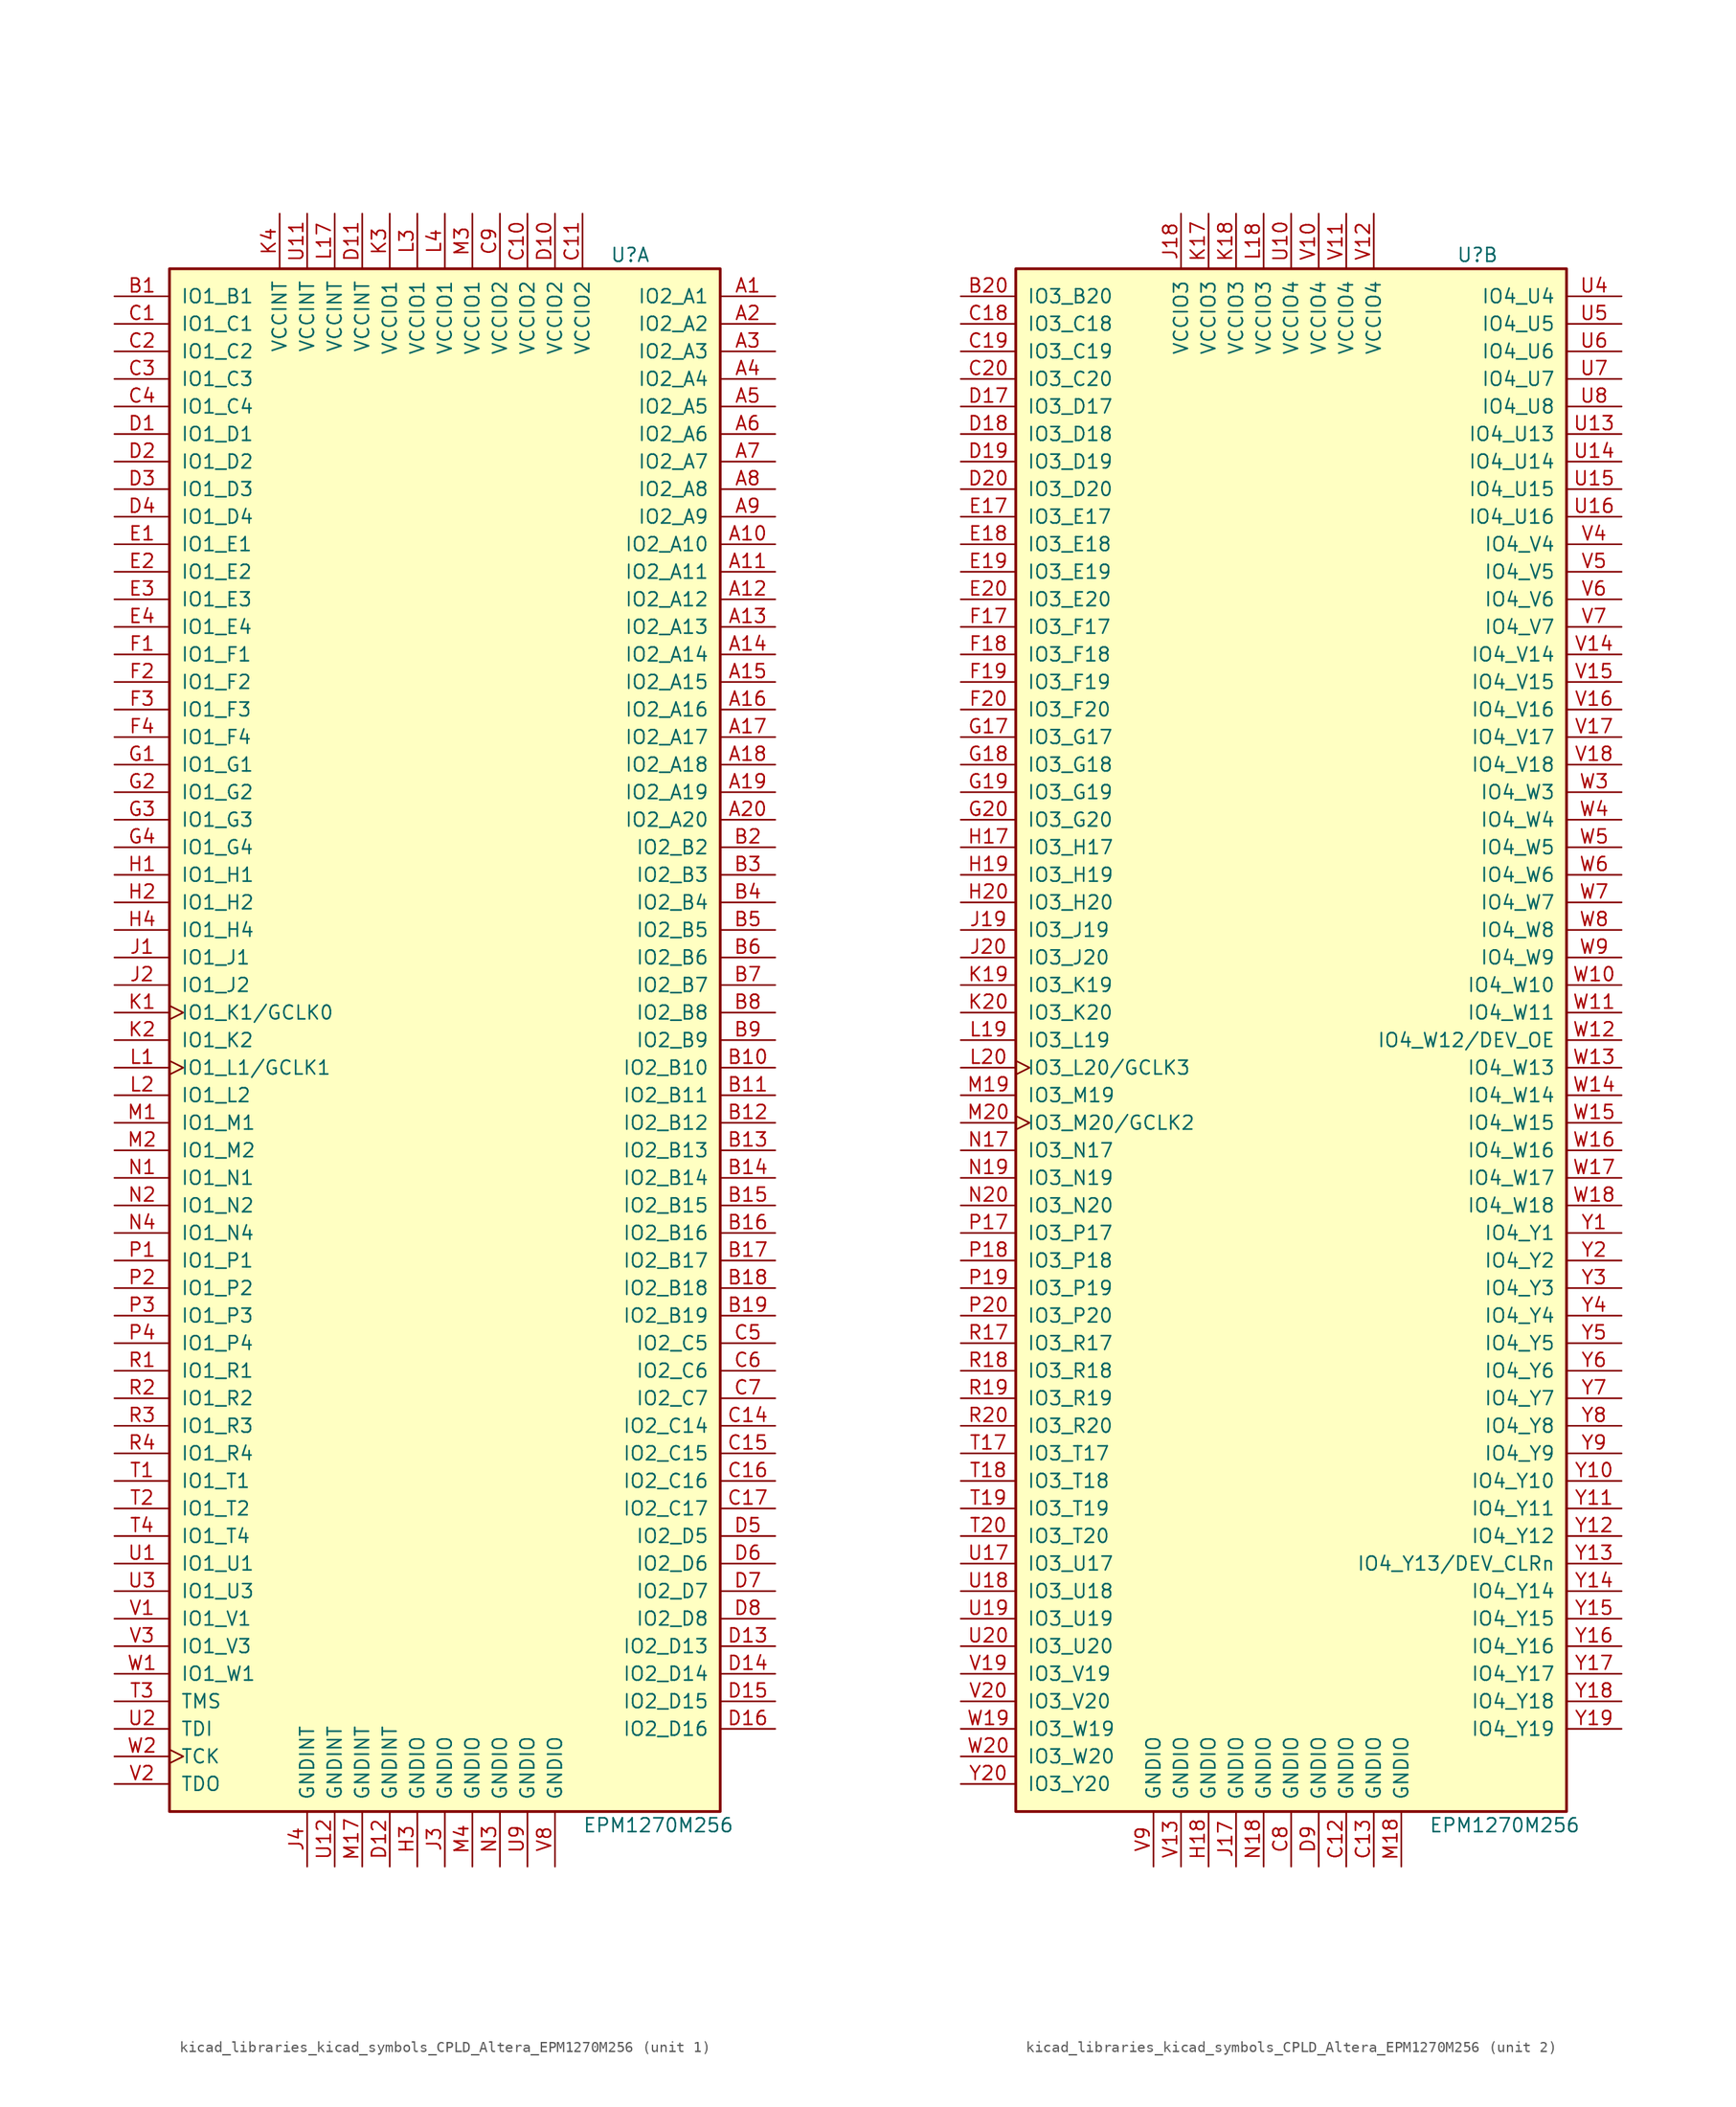
<source format=kicad_sym>
(kicad_symbol_lib
  (version 20220914)
  (generator kicad_symbol_editor)
  (symbol "kicad_libraries_kicad_symbols_CPLD_Altera_EPM1270M256"
    (pin_names
      (offset 1.016))
    (property "Reference" "U"
      (at 15.24 72.39 0)
      (effects (font (size 1.27 1.27)) (justify left)))
    (property "Value" "EPM1270M256"
      (at 12.7 -72.39 0)
      (effects (font (size 1.27 1.27)) (justify left)))
    (property "ki_locked" ""
      (at 0 0 0)
      (effects (font (size 1.27 1.27))))
    (symbol "kicad_libraries_kicad_symbols_CPLD_Altera_EPM1270M256_1_1"
      (rectangle (start -25.4 71.12) (end 25.4 -71.12) (stroke (width 0.254) (type default)) (fill (type background)))
      (pin bidirectional line (at 30.48 68.58 180) (length 5.08) (name "IO2_A1" (effects (font (size 1.27 1.27)))) (number "A1" (effects (font (size 1.27 1.27)))))
      (pin bidirectional line (at 30.48 45.72 180) (length 5.08) (name "IO2_A10" (effects (font (size 1.27 1.27)))) (number "A10" (effects (font (size 1.27 1.27)))))
      (pin bidirectional line (at 30.48 43.18 180) (length 5.08) (name "IO2_A11" (effects (font (size 1.27 1.27)))) (number "A11" (effects (font (size 1.27 1.27)))))
      (pin bidirectional line (at 30.48 40.64 180) (length 5.08) (name "IO2_A12" (effects (font (size 1.27 1.27)))) (number "A12" (effects (font (size 1.27 1.27)))))
      (pin bidirectional line (at 30.48 38.1 180) (length 5.08) (name "IO2_A13" (effects (font (size 1.27 1.27)))) (number "A13" (effects (font (size 1.27 1.27)))))
      (pin bidirectional line (at 30.48 35.56 180) (length 5.08) (name "IO2_A14" (effects (font (size 1.27 1.27)))) (number "A14" (effects (font (size 1.27 1.27)))))
      (pin bidirectional line (at 30.48 33.02 180) (length 5.08) (name "IO2_A15" (effects (font (size 1.27 1.27)))) (number "A15" (effects (font (size 1.27 1.27)))))
      (pin bidirectional line (at 30.48 30.48 180) (length 5.08) (name "IO2_A16" (effects (font (size 1.27 1.27)))) (number "A16" (effects (font (size 1.27 1.27)))))
      (pin bidirectional line (at 30.48 27.94 180) (length 5.08) (name "IO2_A17" (effects (font (size 1.27 1.27)))) (number "A17" (effects (font (size 1.27 1.27)))))
      (pin bidirectional line (at 30.48 25.4 180) (length 5.08) (name "IO2_A18" (effects (font (size 1.27 1.27)))) (number "A18" (effects (font (size 1.27 1.27)))))
      (pin bidirectional line (at 30.48 22.86 180) (length 5.08) (name "IO2_A19" (effects (font (size 1.27 1.27)))) (number "A19" (effects (font (size 1.27 1.27)))))
      (pin bidirectional line (at 30.48 66.04 180) (length 5.08) (name "IO2_A2" (effects (font (size 1.27 1.27)))) (number "A2" (effects (font (size 1.27 1.27)))))
      (pin bidirectional line (at 30.48 20.32 180) (length 5.08) (name "IO2_A20" (effects (font (size 1.27 1.27)))) (number "A20" (effects (font (size 1.27 1.27)))))
      (pin bidirectional line (at 30.48 63.5 180) (length 5.08) (name "IO2_A3" (effects (font (size 1.27 1.27)))) (number "A3" (effects (font (size 1.27 1.27)))))
      (pin bidirectional line (at 30.48 60.96 180) (length 5.08) (name "IO2_A4" (effects (font (size 1.27 1.27)))) (number "A4" (effects (font (size 1.27 1.27)))))
      (pin bidirectional line (at 30.48 58.42 180) (length 5.08) (name "IO2_A5" (effects (font (size 1.27 1.27)))) (number "A5" (effects (font (size 1.27 1.27)))))
      (pin bidirectional line (at 30.48 55.88 180) (length 5.08) (name "IO2_A6" (effects (font (size 1.27 1.27)))) (number "A6" (effects (font (size 1.27 1.27)))))
      (pin bidirectional line (at 30.48 53.34 180) (length 5.08) (name "IO2_A7" (effects (font (size 1.27 1.27)))) (number "A7" (effects (font (size 1.27 1.27)))))
      (pin bidirectional line (at 30.48 50.8 180) (length 5.08) (name "IO2_A8" (effects (font (size 1.27 1.27)))) (number "A8" (effects (font (size 1.27 1.27)))))
      (pin bidirectional line (at 30.48 48.26 180) (length 5.08) (name "IO2_A9" (effects (font (size 1.27 1.27)))) (number "A9" (effects (font (size 1.27 1.27)))))
      (pin bidirectional line (at -30.48 68.58 0) (length 5.08) (name "IO1_B1" (effects (font (size 1.27 1.27)))) (number "B1" (effects (font (size 1.27 1.27)))))
      (pin bidirectional line (at 30.48 -2.54 180) (length 5.08) (name "IO2_B10" (effects (font (size 1.27 1.27)))) (number "B10" (effects (font (size 1.27 1.27)))))
      (pin bidirectional line (at 30.48 -5.08 180) (length 5.08) (name "IO2_B11" (effects (font (size 1.27 1.27)))) (number "B11" (effects (font (size 1.27 1.27)))))
      (pin bidirectional line (at 30.48 -7.62 180) (length 5.08) (name "IO2_B12" (effects (font (size 1.27 1.27)))) (number "B12" (effects (font (size 1.27 1.27)))))
      (pin bidirectional line (at 30.48 -10.16 180) (length 5.08) (name "IO2_B13" (effects (font (size 1.27 1.27)))) (number "B13" (effects (font (size 1.27 1.27)))))
      (pin bidirectional line (at 30.48 -12.7 180) (length 5.08) (name "IO2_B14" (effects (font (size 1.27 1.27)))) (number "B14" (effects (font (size 1.27 1.27)))))
      (pin bidirectional line (at 30.48 -15.24 180) (length 5.08) (name "IO2_B15" (effects (font (size 1.27 1.27)))) (number "B15" (effects (font (size 1.27 1.27)))))
      (pin bidirectional line (at 30.48 -17.78 180) (length 5.08) (name "IO2_B16" (effects (font (size 1.27 1.27)))) (number "B16" (effects (font (size 1.27 1.27)))))
      (pin bidirectional line (at 30.48 -20.32 180) (length 5.08) (name "IO2_B17" (effects (font (size 1.27 1.27)))) (number "B17" (effects (font (size 1.27 1.27)))))
      (pin bidirectional line (at 30.48 -22.86 180) (length 5.08) (name "IO2_B18" (effects (font (size 1.27 1.27)))) (number "B18" (effects (font (size 1.27 1.27)))))
      (pin bidirectional line (at 30.48 -25.4 180) (length 5.08) (name "IO2_B19" (effects (font (size 1.27 1.27)))) (number "B19" (effects (font (size 1.27 1.27)))))
      (pin bidirectional line (at 30.48 17.78 180) (length 5.08) (name "IO2_B2" (effects (font (size 1.27 1.27)))) (number "B2" (effects (font (size 1.27 1.27)))))
      (pin bidirectional line (at 30.48 15.24 180) (length 5.08) (name "IO2_B3" (effects (font (size 1.27 1.27)))) (number "B3" (effects (font (size 1.27 1.27)))))
      (pin bidirectional line (at 30.48 12.7 180) (length 5.08) (name "IO2_B4" (effects (font (size 1.27 1.27)))) (number "B4" (effects (font (size 1.27 1.27)))))
      (pin bidirectional line (at 30.48 10.16 180) (length 5.08) (name "IO2_B5" (effects (font (size 1.27 1.27)))) (number "B5" (effects (font (size 1.27 1.27)))))
      (pin bidirectional line (at 30.48 7.62 180) (length 5.08) (name "IO2_B6" (effects (font (size 1.27 1.27)))) (number "B6" (effects (font (size 1.27 1.27)))))
      (pin bidirectional line (at 30.48 5.08 180) (length 5.08) (name "IO2_B7" (effects (font (size 1.27 1.27)))) (number "B7" (effects (font (size 1.27 1.27)))))
      (pin bidirectional line (at 30.48 2.54 180) (length 5.08) (name "IO2_B8" (effects (font (size 1.27 1.27)))) (number "B8" (effects (font (size 1.27 1.27)))))
      (pin bidirectional line (at 30.48 0 180) (length 5.08) (name "IO2_B9" (effects (font (size 1.27 1.27)))) (number "B9" (effects (font (size 1.27 1.27)))))
      (pin bidirectional line (at -30.48 66.04 0) (length 5.08) (name "IO1_C1" (effects (font (size 1.27 1.27)))) (number "C1" (effects (font (size 1.27 1.27)))))
      (pin power_in line (at 7.62 76.2 270) (length 5.08) (name "VCCIO2" (effects (font (size 1.27 1.27)))) (number "C10" (effects (font (size 1.27 1.27)))))
      (pin power_in line (at 12.7 76.2 270) (length 5.08) (name "VCCIO2" (effects (font (size 1.27 1.27)))) (number "C11" (effects (font (size 1.27 1.27)))))
      (pin bidirectional line (at 30.48 -35.56 180) (length 5.08) (name "IO2_C14" (effects (font (size 1.27 1.27)))) (number "C14" (effects (font (size 1.27 1.27)))))
      (pin bidirectional line (at 30.48 -38.1 180) (length 5.08) (name "IO2_C15" (effects (font (size 1.27 1.27)))) (number "C15" (effects (font (size 1.27 1.27)))))
      (pin bidirectional line (at 30.48 -40.64 180) (length 5.08) (name "IO2_C16" (effects (font (size 1.27 1.27)))) (number "C16" (effects (font (size 1.27 1.27)))))
      (pin bidirectional line (at 30.48 -43.18 180) (length 5.08) (name "IO2_C17" (effects (font (size 1.27 1.27)))) (number "C17" (effects (font (size 1.27 1.27)))))
      (pin bidirectional line (at -30.48 63.5 0) (length 5.08) (name "IO1_C2" (effects (font (size 1.27 1.27)))) (number "C2" (effects (font (size 1.27 1.27)))))
      (pin bidirectional line (at -30.48 60.96 0) (length 5.08) (name "IO1_C3" (effects (font (size 1.27 1.27)))) (number "C3" (effects (font (size 1.27 1.27)))))
      (pin bidirectional line (at -30.48 58.42 0) (length 5.08) (name "IO1_C4" (effects (font (size 1.27 1.27)))) (number "C4" (effects (font (size 1.27 1.27)))))
      (pin bidirectional line (at 30.48 -27.94 180) (length 5.08) (name "IO2_C5" (effects (font (size 1.27 1.27)))) (number "C5" (effects (font (size 1.27 1.27)))))
      (pin bidirectional line (at 30.48 -30.48 180) (length 5.08) (name "IO2_C6" (effects (font (size 1.27 1.27)))) (number "C6" (effects (font (size 1.27 1.27)))))
      (pin bidirectional line (at 30.48 -33.02 180) (length 5.08) (name "IO2_C7" (effects (font (size 1.27 1.27)))) (number "C7" (effects (font (size 1.27 1.27)))))
      (pin power_in line (at 5.08 76.2 270) (length 5.08) (name "VCCIO2" (effects (font (size 1.27 1.27)))) (number "C9" (effects (font (size 1.27 1.27)))))
      (pin bidirectional line (at -30.48 55.88 0) (length 5.08) (name "IO1_D1" (effects (font (size 1.27 1.27)))) (number "D1" (effects (font (size 1.27 1.27)))))
      (pin power_in line (at 10.16 76.2 270) (length 5.08) (name "VCCIO2" (effects (font (size 1.27 1.27)))) (number "D10" (effects (font (size 1.27 1.27)))))
      (pin power_in line (at -7.62 76.2 270) (length 5.08) (name "VCCINT" (effects (font (size 1.27 1.27)))) (number "D11" (effects (font (size 1.27 1.27)))))
      (pin power_in line (at -5.08 -76.2 90) (length 5.08) (name "GNDINT" (effects (font (size 1.27 1.27)))) (number "D12" (effects (font (size 1.27 1.27)))))
      (pin bidirectional line (at 30.48 -55.88 180) (length 5.08) (name "IO2_D13" (effects (font (size 1.27 1.27)))) (number "D13" (effects (font (size 1.27 1.27)))))
      (pin bidirectional line (at 30.48 -58.42 180) (length 5.08) (name "IO2_D14" (effects (font (size 1.27 1.27)))) (number "D14" (effects (font (size 1.27 1.27)))))
      (pin bidirectional line (at 30.48 -60.96 180) (length 5.08) (name "IO2_D15" (effects (font (size 1.27 1.27)))) (number "D15" (effects (font (size 1.27 1.27)))))
      (pin bidirectional line (at 30.48 -63.5 180) (length 5.08) (name "IO2_D16" (effects (font (size 1.27 1.27)))) (number "D16" (effects (font (size 1.27 1.27)))))
      (pin bidirectional line (at -30.48 53.34 0) (length 5.08) (name "IO1_D2" (effects (font (size 1.27 1.27)))) (number "D2" (effects (font (size 1.27 1.27)))))
      (pin bidirectional line (at -30.48 50.8 0) (length 5.08) (name "IO1_D3" (effects (font (size 1.27 1.27)))) (number "D3" (effects (font (size 1.27 1.27)))))
      (pin bidirectional line (at -30.48 48.26 0) (length 5.08) (name "IO1_D4" (effects (font (size 1.27 1.27)))) (number "D4" (effects (font (size 1.27 1.27)))))
      (pin bidirectional line (at 30.48 -45.72 180) (length 5.08) (name "IO2_D5" (effects (font (size 1.27 1.27)))) (number "D5" (effects (font (size 1.27 1.27)))))
      (pin bidirectional line (at 30.48 -48.26 180) (length 5.08) (name "IO2_D6" (effects (font (size 1.27 1.27)))) (number "D6" (effects (font (size 1.27 1.27)))))
      (pin bidirectional line (at 30.48 -50.8 180) (length 5.08) (name "IO2_D7" (effects (font (size 1.27 1.27)))) (number "D7" (effects (font (size 1.27 1.27)))))
      (pin bidirectional line (at 30.48 -53.34 180) (length 5.08) (name "IO2_D8" (effects (font (size 1.27 1.27)))) (number "D8" (effects (font (size 1.27 1.27)))))
      (pin bidirectional line (at -30.48 45.72 0) (length 5.08) (name "IO1_E1" (effects (font (size 1.27 1.27)))) (number "E1" (effects (font (size 1.27 1.27)))))
      (pin bidirectional line (at -30.48 43.18 0) (length 5.08) (name "IO1_E2" (effects (font (size 1.27 1.27)))) (number "E2" (effects (font (size 1.27 1.27)))))
      (pin bidirectional line (at -30.48 40.64 0) (length 5.08) (name "IO1_E3" (effects (font (size 1.27 1.27)))) (number "E3" (effects (font (size 1.27 1.27)))))
      (pin bidirectional line (at -30.48 38.1 0) (length 5.08) (name "IO1_E4" (effects (font (size 1.27 1.27)))) (number "E4" (effects (font (size 1.27 1.27)))))
      (pin bidirectional line (at -30.48 35.56 0) (length 5.08) (name "IO1_F1" (effects (font (size 1.27 1.27)))) (number "F1" (effects (font (size 1.27 1.27)))))
      (pin bidirectional line (at -30.48 33.02 0) (length 5.08) (name "IO1_F2" (effects (font (size 1.27 1.27)))) (number "F2" (effects (font (size 1.27 1.27)))))
      (pin bidirectional line (at -30.48 30.48 0) (length 5.08) (name "IO1_F3" (effects (font (size 1.27 1.27)))) (number "F3" (effects (font (size 1.27 1.27)))))
      (pin bidirectional line (at -30.48 27.94 0) (length 5.08) (name "IO1_F4" (effects (font (size 1.27 1.27)))) (number "F4" (effects (font (size 1.27 1.27)))))
      (pin bidirectional line (at -30.48 25.4 0) (length 5.08) (name "IO1_G1" (effects (font (size 1.27 1.27)))) (number "G1" (effects (font (size 1.27 1.27)))))
      (pin bidirectional line (at -30.48 22.86 0) (length 5.08) (name "IO1_G2" (effects (font (size 1.27 1.27)))) (number "G2" (effects (font (size 1.27 1.27)))))
      (pin bidirectional line (at -30.48 20.32 0) (length 5.08) (name "IO1_G3" (effects (font (size 1.27 1.27)))) (number "G3" (effects (font (size 1.27 1.27)))))
      (pin bidirectional line (at -30.48 17.78 0) (length 5.08) (name "IO1_G4" (effects (font (size 1.27 1.27)))) (number "G4" (effects (font (size 1.27 1.27)))))
      (pin bidirectional line (at -30.48 15.24 0) (length 5.08) (name "IO1_H1" (effects (font (size 1.27 1.27)))) (number "H1" (effects (font (size 1.27 1.27)))))
      (pin bidirectional line (at -30.48 12.7 0) (length 5.08) (name "IO1_H2" (effects (font (size 1.27 1.27)))) (number "H2" (effects (font (size 1.27 1.27)))))
      (pin power_in line (at -2.54 -76.2 90) (length 5.08) (name "GNDIO" (effects (font (size 1.27 1.27)))) (number "H3" (effects (font (size 1.27 1.27)))))
      (pin bidirectional line (at -30.48 10.16 0) (length 5.08) (name "IO1_H4" (effects (font (size 1.27 1.27)))) (number "H4" (effects (font (size 1.27 1.27)))))
      (pin bidirectional line (at -30.48 7.62 0) (length 5.08) (name "IO1_J1" (effects (font (size 1.27 1.27)))) (number "J1" (effects (font (size 1.27 1.27)))))
      (pin bidirectional line (at -30.48 5.08 0) (length 5.08) (name "IO1_J2" (effects (font (size 1.27 1.27)))) (number "J2" (effects (font (size 1.27 1.27)))))
      (pin power_in line (at 0 -76.2 90) (length 5.08) (name "GNDIO" (effects (font (size 1.27 1.27)))) (number "J3" (effects (font (size 1.27 1.27)))))
      (pin power_in line (at -12.7 -76.2 90) (length 5.08) (name "GNDINT" (effects (font (size 1.27 1.27)))) (number "J4" (effects (font (size 1.27 1.27)))))
      (pin bidirectional clock (at -30.48 2.54 0) (length 5.08) (name "IO1_K1/GCLK0" (effects (font (size 1.27 1.27)))) (number "K1" (effects (font (size 1.27 1.27)))))
      (pin bidirectional line (at -30.48 0 0) (length 5.08) (name "IO1_K2" (effects (font (size 1.27 1.27)))) (number "K2" (effects (font (size 1.27 1.27)))))
      (pin power_in line (at -5.08 76.2 270) (length 5.08) (name "VCCIO1" (effects (font (size 1.27 1.27)))) (number "K3" (effects (font (size 1.27 1.27)))))
      (pin power_in line (at -15.24 76.2 270) (length 5.08) (name "VCCINT" (effects (font (size 1.27 1.27)))) (number "K4" (effects (font (size 1.27 1.27)))))
      (pin bidirectional clock (at -30.48 -2.54 0) (length 5.08) (name "IO1_L1/GCLK1" (effects (font (size 1.27 1.27)))) (number "L1" (effects (font (size 1.27 1.27)))))
      (pin power_in line (at -10.16 76.2 270) (length 5.08) (name "VCCINT" (effects (font (size 1.27 1.27)))) (number "L17" (effects (font (size 1.27 1.27)))))
      (pin bidirectional line (at -30.48 -5.08 0) (length 5.08) (name "IO1_L2" (effects (font (size 1.27 1.27)))) (number "L2" (effects (font (size 1.27 1.27)))))
      (pin power_in line (at -2.54 76.2 270) (length 5.08) (name "VCCIO1" (effects (font (size 1.27 1.27)))) (number "L3" (effects (font (size 1.27 1.27)))))
      (pin power_in line (at 0 76.2 270) (length 5.08) (name "VCCIO1" (effects (font (size 1.27 1.27)))) (number "L4" (effects (font (size 1.27 1.27)))))
      (pin bidirectional line (at -30.48 -7.62 0) (length 5.08) (name "IO1_M1" (effects (font (size 1.27 1.27)))) (number "M1" (effects (font (size 1.27 1.27)))))
      (pin power_in line (at -7.62 -76.2 90) (length 5.08) (name "GNDINT" (effects (font (size 1.27 1.27)))) (number "M17" (effects (font (size 1.27 1.27)))))
      (pin bidirectional line (at -30.48 -10.16 0) (length 5.08) (name "IO1_M2" (effects (font (size 1.27 1.27)))) (number "M2" (effects (font (size 1.27 1.27)))))
      (pin power_in line (at 2.54 76.2 270) (length 5.08) (name "VCCIO1" (effects (font (size 1.27 1.27)))) (number "M3" (effects (font (size 1.27 1.27)))))
      (pin power_in line (at 2.54 -76.2 90) (length 5.08) (name "GNDIO" (effects (font (size 1.27 1.27)))) (number "M4" (effects (font (size 1.27 1.27)))))
      (pin bidirectional line (at -30.48 -12.7 0) (length 5.08) (name "IO1_N1" (effects (font (size 1.27 1.27)))) (number "N1" (effects (font (size 1.27 1.27)))))
      (pin bidirectional line (at -30.48 -15.24 0) (length 5.08) (name "IO1_N2" (effects (font (size 1.27 1.27)))) (number "N2" (effects (font (size 1.27 1.27)))))
      (pin power_in line (at 5.08 -76.2 90) (length 5.08) (name "GNDIO" (effects (font (size 1.27 1.27)))) (number "N3" (effects (font (size 1.27 1.27)))))
      (pin bidirectional line (at -30.48 -17.78 0) (length 5.08) (name "IO1_N4" (effects (font (size 1.27 1.27)))) (number "N4" (effects (font (size 1.27 1.27)))))
      (pin bidirectional line (at -30.48 -20.32 0) (length 5.08) (name "IO1_P1" (effects (font (size 1.27 1.27)))) (number "P1" (effects (font (size 1.27 1.27)))))
      (pin bidirectional line (at -30.48 -22.86 0) (length 5.08) (name "IO1_P2" (effects (font (size 1.27 1.27)))) (number "P2" (effects (font (size 1.27 1.27)))))
      (pin bidirectional line (at -30.48 -25.4 0) (length 5.08) (name "IO1_P3" (effects (font (size 1.27 1.27)))) (number "P3" (effects (font (size 1.27 1.27)))))
      (pin bidirectional line (at -30.48 -27.94 0) (length 5.08) (name "IO1_P4" (effects (font (size 1.27 1.27)))) (number "P4" (effects (font (size 1.27 1.27)))))
      (pin bidirectional line (at -30.48 -30.48 0) (length 5.08) (name "IO1_R1" (effects (font (size 1.27 1.27)))) (number "R1" (effects (font (size 1.27 1.27)))))
      (pin bidirectional line (at -30.48 -33.02 0) (length 5.08) (name "IO1_R2" (effects (font (size 1.27 1.27)))) (number "R2" (effects (font (size 1.27 1.27)))))
      (pin bidirectional line (at -30.48 -35.56 0) (length 5.08) (name "IO1_R3" (effects (font (size 1.27 1.27)))) (number "R3" (effects (font (size 1.27 1.27)))))
      (pin bidirectional line (at -30.48 -38.1 0) (length 5.08) (name "IO1_R4" (effects (font (size 1.27 1.27)))) (number "R4" (effects (font (size 1.27 1.27)))))
      (pin bidirectional line (at -30.48 -40.64 0) (length 5.08) (name "IO1_T1" (effects (font (size 1.27 1.27)))) (number "T1" (effects (font (size 1.27 1.27)))))
      (pin bidirectional line (at -30.48 -43.18 0) (length 5.08) (name "IO1_T2" (effects (font (size 1.27 1.27)))) (number "T2" (effects (font (size 1.27 1.27)))))
      (pin input line (at -30.48 -60.96 0) (length 5.08) (name "TMS" (effects (font (size 1.27 1.27)))) (number "T3" (effects (font (size 1.27 1.27)))))
      (pin bidirectional line (at -30.48 -45.72 0) (length 5.08) (name "IO1_T4" (effects (font (size 1.27 1.27)))) (number "T4" (effects (font (size 1.27 1.27)))))
      (pin bidirectional line (at -30.48 -48.26 0) (length 5.08) (name "IO1_U1" (effects (font (size 1.27 1.27)))) (number "U1" (effects (font (size 1.27 1.27)))))
      (pin power_in line (at -12.7 76.2 270) (length 5.08) (name "VCCINT" (effects (font (size 1.27 1.27)))) (number "U11" (effects (font (size 1.27 1.27)))))
      (pin power_in line (at -10.16 -76.2 90) (length 5.08) (name "GNDINT" (effects (font (size 1.27 1.27)))) (number "U12" (effects (font (size 1.27 1.27)))))
      (pin input line (at -30.48 -63.5 0) (length 5.08) (name "TDI" (effects (font (size 1.27 1.27)))) (number "U2" (effects (font (size 1.27 1.27)))))
      (pin bidirectional line (at -30.48 -50.8 0) (length 5.08) (name "IO1_U3" (effects (font (size 1.27 1.27)))) (number "U3" (effects (font (size 1.27 1.27)))))
      (pin power_in line (at 7.62 -76.2 90) (length 5.08) (name "GNDIO" (effects (font (size 1.27 1.27)))) (number "U9" (effects (font (size 1.27 1.27)))))
      (pin bidirectional line (at -30.48 -53.34 0) (length 5.08) (name "IO1_V1" (effects (font (size 1.27 1.27)))) (number "V1" (effects (font (size 1.27 1.27)))))
      (pin output line (at -30.48 -68.58 0) (length 5.08) (name "TDO" (effects (font (size 1.27 1.27)))) (number "V2" (effects (font (size 1.27 1.27)))))
      (pin bidirectional line (at -30.48 -55.88 0) (length 5.08) (name "IO1_V3" (effects (font (size 1.27 1.27)))) (number "V3" (effects (font (size 1.27 1.27)))))
      (pin power_in line (at 10.16 -76.2 90) (length 5.08) (name "GNDIO" (effects (font (size 1.27 1.27)))) (number "V8" (effects (font (size 1.27 1.27)))))
      (pin bidirectional line (at -30.48 -58.42 0) (length 5.08) (name "IO1_W1" (effects (font (size 1.27 1.27)))) (number "W1" (effects (font (size 1.27 1.27)))))
      (pin input clock (at -30.48 -66.04 0) (length 5.08) (name "TCK" (effects (font (size 1.27 1.27)))) (number "W2" (effects (font (size 1.27 1.27))))))
    (symbol "kicad_libraries_kicad_symbols_CPLD_Altera_EPM1270M256_2_1"
      (rectangle (start -25.4 71.12) (end 25.4 -71.12) (stroke (width 0.254) (type default)) (fill (type background)))
      (pin bidirectional line (at -30.48 68.58 0) (length 5.08) (name "IO3_B20" (effects (font (size 1.27 1.27)))) (number "B20" (effects (font (size 1.27 1.27)))))
      (pin power_in line (at 5.08 -76.2 90) (length 5.08) (name "GNDIO" (effects (font (size 1.27 1.27)))) (number "C12" (effects (font (size 1.27 1.27)))))
      (pin power_in line (at 7.62 -76.2 90) (length 5.08) (name "GNDIO" (effects (font (size 1.27 1.27)))) (number "C13" (effects (font (size 1.27 1.27)))))
      (pin bidirectional line (at -30.48 66.04 0) (length 5.08) (name "IO3_C18" (effects (font (size 1.27 1.27)))) (number "C18" (effects (font (size 1.27 1.27)))))
      (pin bidirectional line (at -30.48 63.5 0) (length 5.08) (name "IO3_C19" (effects (font (size 1.27 1.27)))) (number "C19" (effects (font (size 1.27 1.27)))))
      (pin bidirectional line (at -30.48 60.96 0) (length 5.08) (name "IO3_C20" (effects (font (size 1.27 1.27)))) (number "C20" (effects (font (size 1.27 1.27)))))
      (pin power_in line (at 0 -76.2 90) (length 5.08) (name "GNDIO" (effects (font (size 1.27 1.27)))) (number "C8" (effects (font (size 1.27 1.27)))))
      (pin bidirectional line (at -30.48 58.42 0) (length 5.08) (name "IO3_D17" (effects (font (size 1.27 1.27)))) (number "D17" (effects (font (size 1.27 1.27)))))
      (pin bidirectional line (at -30.48 55.88 0) (length 5.08) (name "IO3_D18" (effects (font (size 1.27 1.27)))) (number "D18" (effects (font (size 1.27 1.27)))))
      (pin bidirectional line (at -30.48 53.34 0) (length 5.08) (name "IO3_D19" (effects (font (size 1.27 1.27)))) (number "D19" (effects (font (size 1.27 1.27)))))
      (pin bidirectional line (at -30.48 50.8 0) (length 5.08) (name "IO3_D20" (effects (font (size 1.27 1.27)))) (number "D20" (effects (font (size 1.27 1.27)))))
      (pin power_in line (at 2.54 -76.2 90) (length 5.08) (name "GNDIO" (effects (font (size 1.27 1.27)))) (number "D9" (effects (font (size 1.27 1.27)))))
      (pin bidirectional line (at -30.48 48.26 0) (length 5.08) (name "IO3_E17" (effects (font (size 1.27 1.27)))) (number "E17" (effects (font (size 1.27 1.27)))))
      (pin bidirectional line (at -30.48 45.72 0) (length 5.08) (name "IO3_E18" (effects (font (size 1.27 1.27)))) (number "E18" (effects (font (size 1.27 1.27)))))
      (pin bidirectional line (at -30.48 43.18 0) (length 5.08) (name "IO3_E19" (effects (font (size 1.27 1.27)))) (number "E19" (effects (font (size 1.27 1.27)))))
      (pin bidirectional line (at -30.48 40.64 0) (length 5.08) (name "IO3_E20" (effects (font (size 1.27 1.27)))) (number "E20" (effects (font (size 1.27 1.27)))))
      (pin bidirectional line (at -30.48 38.1 0) (length 5.08) (name "IO3_F17" (effects (font (size 1.27 1.27)))) (number "F17" (effects (font (size 1.27 1.27)))))
      (pin bidirectional line (at -30.48 35.56 0) (length 5.08) (name "IO3_F18" (effects (font (size 1.27 1.27)))) (number "F18" (effects (font (size 1.27 1.27)))))
      (pin bidirectional line (at -30.48 33.02 0) (length 5.08) (name "IO3_F19" (effects (font (size 1.27 1.27)))) (number "F19" (effects (font (size 1.27 1.27)))))
      (pin bidirectional line (at -30.48 30.48 0) (length 5.08) (name "IO3_F20" (effects (font (size 1.27 1.27)))) (number "F20" (effects (font (size 1.27 1.27)))))
      (pin bidirectional line (at -30.48 27.94 0) (length 5.08) (name "IO3_G17" (effects (font (size 1.27 1.27)))) (number "G17" (effects (font (size 1.27 1.27)))))
      (pin bidirectional line (at -30.48 25.4 0) (length 5.08) (name "IO3_G18" (effects (font (size 1.27 1.27)))) (number "G18" (effects (font (size 1.27 1.27)))))
      (pin bidirectional line (at -30.48 22.86 0) (length 5.08) (name "IO3_G19" (effects (font (size 1.27 1.27)))) (number "G19" (effects (font (size 1.27 1.27)))))
      (pin bidirectional line (at -30.48 20.32 0) (length 5.08) (name "IO3_G20" (effects (font (size 1.27 1.27)))) (number "G20" (effects (font (size 1.27 1.27)))))
      (pin bidirectional line (at -30.48 17.78 0) (length 5.08) (name "IO3_H17" (effects (font (size 1.27 1.27)))) (number "H17" (effects (font (size 1.27 1.27)))))
      (pin power_in line (at -7.62 -76.2 90) (length 5.08) (name "GNDIO" (effects (font (size 1.27 1.27)))) (number "H18" (effects (font (size 1.27 1.27)))))
      (pin bidirectional line (at -30.48 15.24 0) (length 5.08) (name "IO3_H19" (effects (font (size 1.27 1.27)))) (number "H19" (effects (font (size 1.27 1.27)))))
      (pin bidirectional line (at -30.48 12.7 0) (length 5.08) (name "IO3_H20" (effects (font (size 1.27 1.27)))) (number "H20" (effects (font (size 1.27 1.27)))))
      (pin power_in line (at -5.08 -76.2 90) (length 5.08) (name "GNDIO" (effects (font (size 1.27 1.27)))) (number "J17" (effects (font (size 1.27 1.27)))))
      (pin power_in line (at -10.16 76.2 270) (length 5.08) (name "VCCIO3" (effects (font (size 1.27 1.27)))) (number "J18" (effects (font (size 1.27 1.27)))))
      (pin bidirectional line (at -30.48 10.16 0) (length 5.08) (name "IO3_J19" (effects (font (size 1.27 1.27)))) (number "J19" (effects (font (size 1.27 1.27)))))
      (pin bidirectional line (at -30.48 7.62 0) (length 5.08) (name "IO3_J20" (effects (font (size 1.27 1.27)))) (number "J20" (effects (font (size 1.27 1.27)))))
      (pin power_in line (at -7.62 76.2 270) (length 5.08) (name "VCCIO3" (effects (font (size 1.27 1.27)))) (number "K17" (effects (font (size 1.27 1.27)))))
      (pin power_in line (at -5.08 76.2 270) (length 5.08) (name "VCCIO3" (effects (font (size 1.27 1.27)))) (number "K18" (effects (font (size 1.27 1.27)))))
      (pin bidirectional line (at -30.48 5.08 0) (length 5.08) (name "IO3_K19" (effects (font (size 1.27 1.27)))) (number "K19" (effects (font (size 1.27 1.27)))))
      (pin bidirectional line (at -30.48 2.54 0) (length 5.08) (name "IO3_K20" (effects (font (size 1.27 1.27)))) (number "K20" (effects (font (size 1.27 1.27)))))
      (pin power_in line (at -2.54 76.2 270) (length 5.08) (name "VCCIO3" (effects (font (size 1.27 1.27)))) (number "L18" (effects (font (size 1.27 1.27)))))
      (pin bidirectional line (at -30.48 0 0) (length 5.08) (name "IO3_L19" (effects (font (size 1.27 1.27)))) (number "L19" (effects (font (size 1.27 1.27)))))
      (pin bidirectional clock (at -30.48 -2.54 0) (length 5.08) (name "IO3_L20/GCLK3" (effects (font (size 1.27 1.27)))) (number "L20" (effects (font (size 1.27 1.27)))))
      (pin power_in line (at 10.16 -76.2 90) (length 5.08) (name "GNDIO" (effects (font (size 1.27 1.27)))) (number "M18" (effects (font (size 1.27 1.27)))))
      (pin bidirectional line (at -30.48 -5.08 0) (length 5.08) (name "IO3_M19" (effects (font (size 1.27 1.27)))) (number "M19" (effects (font (size 1.27 1.27)))))
      (pin bidirectional clock (at -30.48 -7.62 0) (length 5.08) (name "IO3_M20/GCLK2" (effects (font (size 1.27 1.27)))) (number "M20" (effects (font (size 1.27 1.27)))))
      (pin bidirectional line (at -30.48 -10.16 0) (length 5.08) (name "IO3_N17" (effects (font (size 1.27 1.27)))) (number "N17" (effects (font (size 1.27 1.27)))))
      (pin power_in line (at -2.54 -76.2 90) (length 5.08) (name "GNDIO" (effects (font (size 1.27 1.27)))) (number "N18" (effects (font (size 1.27 1.27)))))
      (pin bidirectional line (at -30.48 -12.7 0) (length 5.08) (name "IO3_N19" (effects (font (size 1.27 1.27)))) (number "N19" (effects (font (size 1.27 1.27)))))
      (pin bidirectional line (at -30.48 -15.24 0) (length 5.08) (name "IO3_N20" (effects (font (size 1.27 1.27)))) (number "N20" (effects (font (size 1.27 1.27)))))
      (pin bidirectional line (at -30.48 -17.78 0) (length 5.08) (name "IO3_P17" (effects (font (size 1.27 1.27)))) (number "P17" (effects (font (size 1.27 1.27)))))
      (pin bidirectional line (at -30.48 -20.32 0) (length 5.08) (name "IO3_P18" (effects (font (size 1.27 1.27)))) (number "P18" (effects (font (size 1.27 1.27)))))
      (pin bidirectional line (at -30.48 -22.86 0) (length 5.08) (name "IO3_P19" (effects (font (size 1.27 1.27)))) (number "P19" (effects (font (size 1.27 1.27)))))
      (pin bidirectional line (at -30.48 -25.4 0) (length 5.08) (name "IO3_P20" (effects (font (size 1.27 1.27)))) (number "P20" (effects (font (size 1.27 1.27)))))
      (pin bidirectional line (at -30.48 -27.94 0) (length 5.08) (name "IO3_R17" (effects (font (size 1.27 1.27)))) (number "R17" (effects (font (size 1.27 1.27)))))
      (pin bidirectional line (at -30.48 -30.48 0) (length 5.08) (name "IO3_R18" (effects (font (size 1.27 1.27)))) (number "R18" (effects (font (size 1.27 1.27)))))
      (pin bidirectional line (at -30.48 -33.02 0) (length 5.08) (name "IO3_R19" (effects (font (size 1.27 1.27)))) (number "R19" (effects (font (size 1.27 1.27)))))
      (pin bidirectional line (at -30.48 -35.56 0) (length 5.08) (name "IO3_R20" (effects (font (size 1.27 1.27)))) (number "R20" (effects (font (size 1.27 1.27)))))
      (pin bidirectional line (at -30.48 -38.1 0) (length 5.08) (name "IO3_T17" (effects (font (size 1.27 1.27)))) (number "T17" (effects (font (size 1.27 1.27)))))
      (pin bidirectional line (at -30.48 -40.64 0) (length 5.08) (name "IO3_T18" (effects (font (size 1.27 1.27)))) (number "T18" (effects (font (size 1.27 1.27)))))
      (pin bidirectional line (at -30.48 -43.18 0) (length 5.08) (name "IO3_T19" (effects (font (size 1.27 1.27)))) (number "T19" (effects (font (size 1.27 1.27)))))
      (pin bidirectional line (at -30.48 -45.72 0) (length 5.08) (name "IO3_T20" (effects (font (size 1.27 1.27)))) (number "T20" (effects (font (size 1.27 1.27)))))
      (pin power_in line (at 0 76.2 270) (length 5.08) (name "VCCIO4" (effects (font (size 1.27 1.27)))) (number "U10" (effects (font (size 1.27 1.27)))))
      (pin bidirectional line (at 30.48 55.88 180) (length 5.08) (name "IO4_U13" (effects (font (size 1.27 1.27)))) (number "U13" (effects (font (size 1.27 1.27)))))
      (pin bidirectional line (at 30.48 53.34 180) (length 5.08) (name "IO4_U14" (effects (font (size 1.27 1.27)))) (number "U14" (effects (font (size 1.27 1.27)))))
      (pin bidirectional line (at 30.48 50.8 180) (length 5.08) (name "IO4_U15" (effects (font (size 1.27 1.27)))) (number "U15" (effects (font (size 1.27 1.27)))))
      (pin bidirectional line (at 30.48 48.26 180) (length 5.08) (name "IO4_U16" (effects (font (size 1.27 1.27)))) (number "U16" (effects (font (size 1.27 1.27)))))
      (pin bidirectional line (at -30.48 -48.26 0) (length 5.08) (name "IO3_U17" (effects (font (size 1.27 1.27)))) (number "U17" (effects (font (size 1.27 1.27)))))
      (pin bidirectional line (at -30.48 -50.8 0) (length 5.08) (name "IO3_U18" (effects (font (size 1.27 1.27)))) (number "U18" (effects (font (size 1.27 1.27)))))
      (pin bidirectional line (at -30.48 -53.34 0) (length 5.08) (name "IO3_U19" (effects (font (size 1.27 1.27)))) (number "U19" (effects (font (size 1.27 1.27)))))
      (pin bidirectional line (at -30.48 -55.88 0) (length 5.08) (name "IO3_U20" (effects (font (size 1.27 1.27)))) (number "U20" (effects (font (size 1.27 1.27)))))
      (pin bidirectional line (at 30.48 68.58 180) (length 5.08) (name "IO4_U4" (effects (font (size 1.27 1.27)))) (number "U4" (effects (font (size 1.27 1.27)))))
      (pin bidirectional line (at 30.48 66.04 180) (length 5.08) (name "IO4_U5" (effects (font (size 1.27 1.27)))) (number "U5" (effects (font (size 1.27 1.27)))))
      (pin bidirectional line (at 30.48 63.5 180) (length 5.08) (name "IO4_U6" (effects (font (size 1.27 1.27)))) (number "U6" (effects (font (size 1.27 1.27)))))
      (pin bidirectional line (at 30.48 60.96 180) (length 5.08) (name "IO4_U7" (effects (font (size 1.27 1.27)))) (number "U7" (effects (font (size 1.27 1.27)))))
      (pin bidirectional line (at 30.48 58.42 180) (length 5.08) (name "IO4_U8" (effects (font (size 1.27 1.27)))) (number "U8" (effects (font (size 1.27 1.27)))))
      (pin power_in line (at 2.54 76.2 270) (length 5.08) (name "VCCIO4" (effects (font (size 1.27 1.27)))) (number "V10" (effects (font (size 1.27 1.27)))))
      (pin power_in line (at 5.08 76.2 270) (length 5.08) (name "VCCIO4" (effects (font (size 1.27 1.27)))) (number "V11" (effects (font (size 1.27 1.27)))))
      (pin power_in line (at 7.62 76.2 270) (length 5.08) (name "VCCIO4" (effects (font (size 1.27 1.27)))) (number "V12" (effects (font (size 1.27 1.27)))))
      (pin power_in line (at -10.16 -76.2 90) (length 5.08) (name "GNDIO" (effects (font (size 1.27 1.27)))) (number "V13" (effects (font (size 1.27 1.27)))))
      (pin bidirectional line (at 30.48 35.56 180) (length 5.08) (name "IO4_V14" (effects (font (size 1.27 1.27)))) (number "V14" (effects (font (size 1.27 1.27)))))
      (pin bidirectional line (at 30.48 33.02 180) (length 5.08) (name "IO4_V15" (effects (font (size 1.27 1.27)))) (number "V15" (effects (font (size 1.27 1.27)))))
      (pin bidirectional line (at 30.48 30.48 180) (length 5.08) (name "IO4_V16" (effects (font (size 1.27 1.27)))) (number "V16" (effects (font (size 1.27 1.27)))))
      (pin bidirectional line (at 30.48 27.94 180) (length 5.08) (name "IO4_V17" (effects (font (size 1.27 1.27)))) (number "V17" (effects (font (size 1.27 1.27)))))
      (pin bidirectional line (at 30.48 25.4 180) (length 5.08) (name "IO4_V18" (effects (font (size 1.27 1.27)))) (number "V18" (effects (font (size 1.27 1.27)))))
      (pin bidirectional line (at -30.48 -58.42 0) (length 5.08) (name "IO3_V19" (effects (font (size 1.27 1.27)))) (number "V19" (effects (font (size 1.27 1.27)))))
      (pin bidirectional line (at -30.48 -60.96 0) (length 5.08) (name "IO3_V20" (effects (font (size 1.27 1.27)))) (number "V20" (effects (font (size 1.27 1.27)))))
      (pin bidirectional line (at 30.48 45.72 180) (length 5.08) (name "IO4_V4" (effects (font (size 1.27 1.27)))) (number "V4" (effects (font (size 1.27 1.27)))))
      (pin bidirectional line (at 30.48 43.18 180) (length 5.08) (name "IO4_V5" (effects (font (size 1.27 1.27)))) (number "V5" (effects (font (size 1.27 1.27)))))
      (pin bidirectional line (at 30.48 40.64 180) (length 5.08) (name "IO4_V6" (effects (font (size 1.27 1.27)))) (number "V6" (effects (font (size 1.27 1.27)))))
      (pin bidirectional line (at 30.48 38.1 180) (length 5.08) (name "IO4_V7" (effects (font (size 1.27 1.27)))) (number "V7" (effects (font (size 1.27 1.27)))))
      (pin power_in line (at -12.7 -76.2 90) (length 5.08) (name "GNDIO" (effects (font (size 1.27 1.27)))) (number "V9" (effects (font (size 1.27 1.27)))))
      (pin bidirectional line (at 30.48 5.08 180) (length 5.08) (name "IO4_W10" (effects (font (size 1.27 1.27)))) (number "W10" (effects (font (size 1.27 1.27)))))
      (pin bidirectional line (at 30.48 2.54 180) (length 5.08) (name "IO4_W11" (effects (font (size 1.27 1.27)))) (number "W11" (effects (font (size 1.27 1.27)))))
      (pin bidirectional line (at 30.48 0 180) (length 5.08) (name "IO4_W12/DEV_OE" (effects (font (size 1.27 1.27)))) (number "W12" (effects (font (size 1.27 1.27)))))
      (pin bidirectional line (at 30.48 -2.54 180) (length 5.08) (name "IO4_W13" (effects (font (size 1.27 1.27)))) (number "W13" (effects (font (size 1.27 1.27)))))
      (pin bidirectional line (at 30.48 -5.08 180) (length 5.08) (name "IO4_W14" (effects (font (size 1.27 1.27)))) (number "W14" (effects (font (size 1.27 1.27)))))
      (pin bidirectional line (at 30.48 -7.62 180) (length 5.08) (name "IO4_W15" (effects (font (size 1.27 1.27)))) (number "W15" (effects (font (size 1.27 1.27)))))
      (pin bidirectional line (at 30.48 -10.16 180) (length 5.08) (name "IO4_W16" (effects (font (size 1.27 1.27)))) (number "W16" (effects (font (size 1.27 1.27)))))
      (pin bidirectional line (at 30.48 -12.7 180) (length 5.08) (name "IO4_W17" (effects (font (size 1.27 1.27)))) (number "W17" (effects (font (size 1.27 1.27)))))
      (pin bidirectional line (at 30.48 -15.24 180) (length 5.08) (name "IO4_W18" (effects (font (size 1.27 1.27)))) (number "W18" (effects (font (size 1.27 1.27)))))
      (pin bidirectional line (at -30.48 -63.5 0) (length 5.08) (name "IO3_W19" (effects (font (size 1.27 1.27)))) (number "W19" (effects (font (size 1.27 1.27)))))
      (pin bidirectional line (at -30.48 -66.04 0) (length 5.08) (name "IO3_W20" (effects (font (size 1.27 1.27)))) (number "W20" (effects (font (size 1.27 1.27)))))
      (pin bidirectional line (at 30.48 22.86 180) (length 5.08) (name "IO4_W3" (effects (font (size 1.27 1.27)))) (number "W3" (effects (font (size 1.27 1.27)))))
      (pin bidirectional line (at 30.48 20.32 180) (length 5.08) (name "IO4_W4" (effects (font (size 1.27 1.27)))) (number "W4" (effects (font (size 1.27 1.27)))))
      (pin bidirectional line (at 30.48 17.78 180) (length 5.08) (name "IO4_W5" (effects (font (size 1.27 1.27)))) (number "W5" (effects (font (size 1.27 1.27)))))
      (pin bidirectional line (at 30.48 15.24 180) (length 5.08) (name "IO4_W6" (effects (font (size 1.27 1.27)))) (number "W6" (effects (font (size 1.27 1.27)))))
      (pin bidirectional line (at 30.48 12.7 180) (length 5.08) (name "IO4_W7" (effects (font (size 1.27 1.27)))) (number "W7" (effects (font (size 1.27 1.27)))))
      (pin bidirectional line (at 30.48 10.16 180) (length 5.08) (name "IO4_W8" (effects (font (size 1.27 1.27)))) (number "W8" (effects (font (size 1.27 1.27)))))
      (pin bidirectional line (at 30.48 7.62 180) (length 5.08) (name "IO4_W9" (effects (font (size 1.27 1.27)))) (number "W9" (effects (font (size 1.27 1.27)))))
      (pin bidirectional line (at 30.48 -17.78 180) (length 5.08) (name "IO4_Y1" (effects (font (size 1.27 1.27)))) (number "Y1" (effects (font (size 1.27 1.27)))))
      (pin bidirectional line (at 30.48 -40.64 180) (length 5.08) (name "IO4_Y10" (effects (font (size 1.27 1.27)))) (number "Y10" (effects (font (size 1.27 1.27)))))
      (pin bidirectional line (at 30.48 -43.18 180) (length 5.08) (name "IO4_Y11" (effects (font (size 1.27 1.27)))) (number "Y11" (effects (font (size 1.27 1.27)))))
      (pin bidirectional line (at 30.48 -45.72 180) (length 5.08) (name "IO4_Y12" (effects (font (size 1.27 1.27)))) (number "Y12" (effects (font (size 1.27 1.27)))))
      (pin bidirectional line (at 30.48 -48.26 180) (length 5.08) (name "IO4_Y13/DEV_CLRn" (effects (font (size 1.27 1.27)))) (number "Y13" (effects (font (size 1.27 1.27)))))
      (pin bidirectional line (at 30.48 -50.8 180) (length 5.08) (name "IO4_Y14" (effects (font (size 1.27 1.27)))) (number "Y14" (effects (font (size 1.27 1.27)))))
      (pin bidirectional line (at 30.48 -53.34 180) (length 5.08) (name "IO4_Y15" (effects (font (size 1.27 1.27)))) (number "Y15" (effects (font (size 1.27 1.27)))))
      (pin bidirectional line (at 30.48 -55.88 180) (length 5.08) (name "IO4_Y16" (effects (font (size 1.27 1.27)))) (number "Y16" (effects (font (size 1.27 1.27)))))
      (pin bidirectional line (at 30.48 -58.42 180) (length 5.08) (name "IO4_Y17" (effects (font (size 1.27 1.27)))) (number "Y17" (effects (font (size 1.27 1.27)))))
      (pin bidirectional line (at 30.48 -60.96 180) (length 5.08) (name "IO4_Y18" (effects (font (size 1.27 1.27)))) (number "Y18" (effects (font (size 1.27 1.27)))))
      (pin bidirectional line (at 30.48 -63.5 180) (length 5.08) (name "IO4_Y19" (effects (font (size 1.27 1.27)))) (number "Y19" (effects (font (size 1.27 1.27)))))
      (pin bidirectional line (at 30.48 -20.32 180) (length 5.08) (name "IO4_Y2" (effects (font (size 1.27 1.27)))) (number "Y2" (effects (font (size 1.27 1.27)))))
      (pin bidirectional line (at -30.48 -68.58 0) (length 5.08) (name "IO3_Y20" (effects (font (size 1.27 1.27)))) (number "Y20" (effects (font (size 1.27 1.27)))))
      (pin bidirectional line (at 30.48 -22.86 180) (length 5.08) (name "IO4_Y3" (effects (font (size 1.27 1.27)))) (number "Y3" (effects (font (size 1.27 1.27)))))
      (pin bidirectional line (at 30.48 -25.4 180) (length 5.08) (name "IO4_Y4" (effects (font (size 1.27 1.27)))) (number "Y4" (effects (font (size 1.27 1.27)))))
      (pin bidirectional line (at 30.48 -27.94 180) (length 5.08) (name "IO4_Y5" (effects (font (size 1.27 1.27)))) (number "Y5" (effects (font (size 1.27 1.27)))))
      (pin bidirectional line (at 30.48 -30.48 180) (length 5.08) (name "IO4_Y6" (effects (font (size 1.27 1.27)))) (number "Y6" (effects (font (size 1.27 1.27)))))
      (pin bidirectional line (at 30.48 -33.02 180) (length 5.08) (name "IO4_Y7" (effects (font (size 1.27 1.27)))) (number "Y7" (effects (font (size 1.27 1.27)))))
      (pin bidirectional line (at 30.48 -35.56 180) (length 5.08) (name "IO4_Y8" (effects (font (size 1.27 1.27)))) (number "Y8" (effects (font (size 1.27 1.27)))))
      (pin bidirectional line (at 30.48 -38.1 180) (length 5.08) (name "IO4_Y9" (effects (font (size 1.27 1.27)))) (number "Y9" (effects (font (size 1.27 1.27))))))))
</source>
